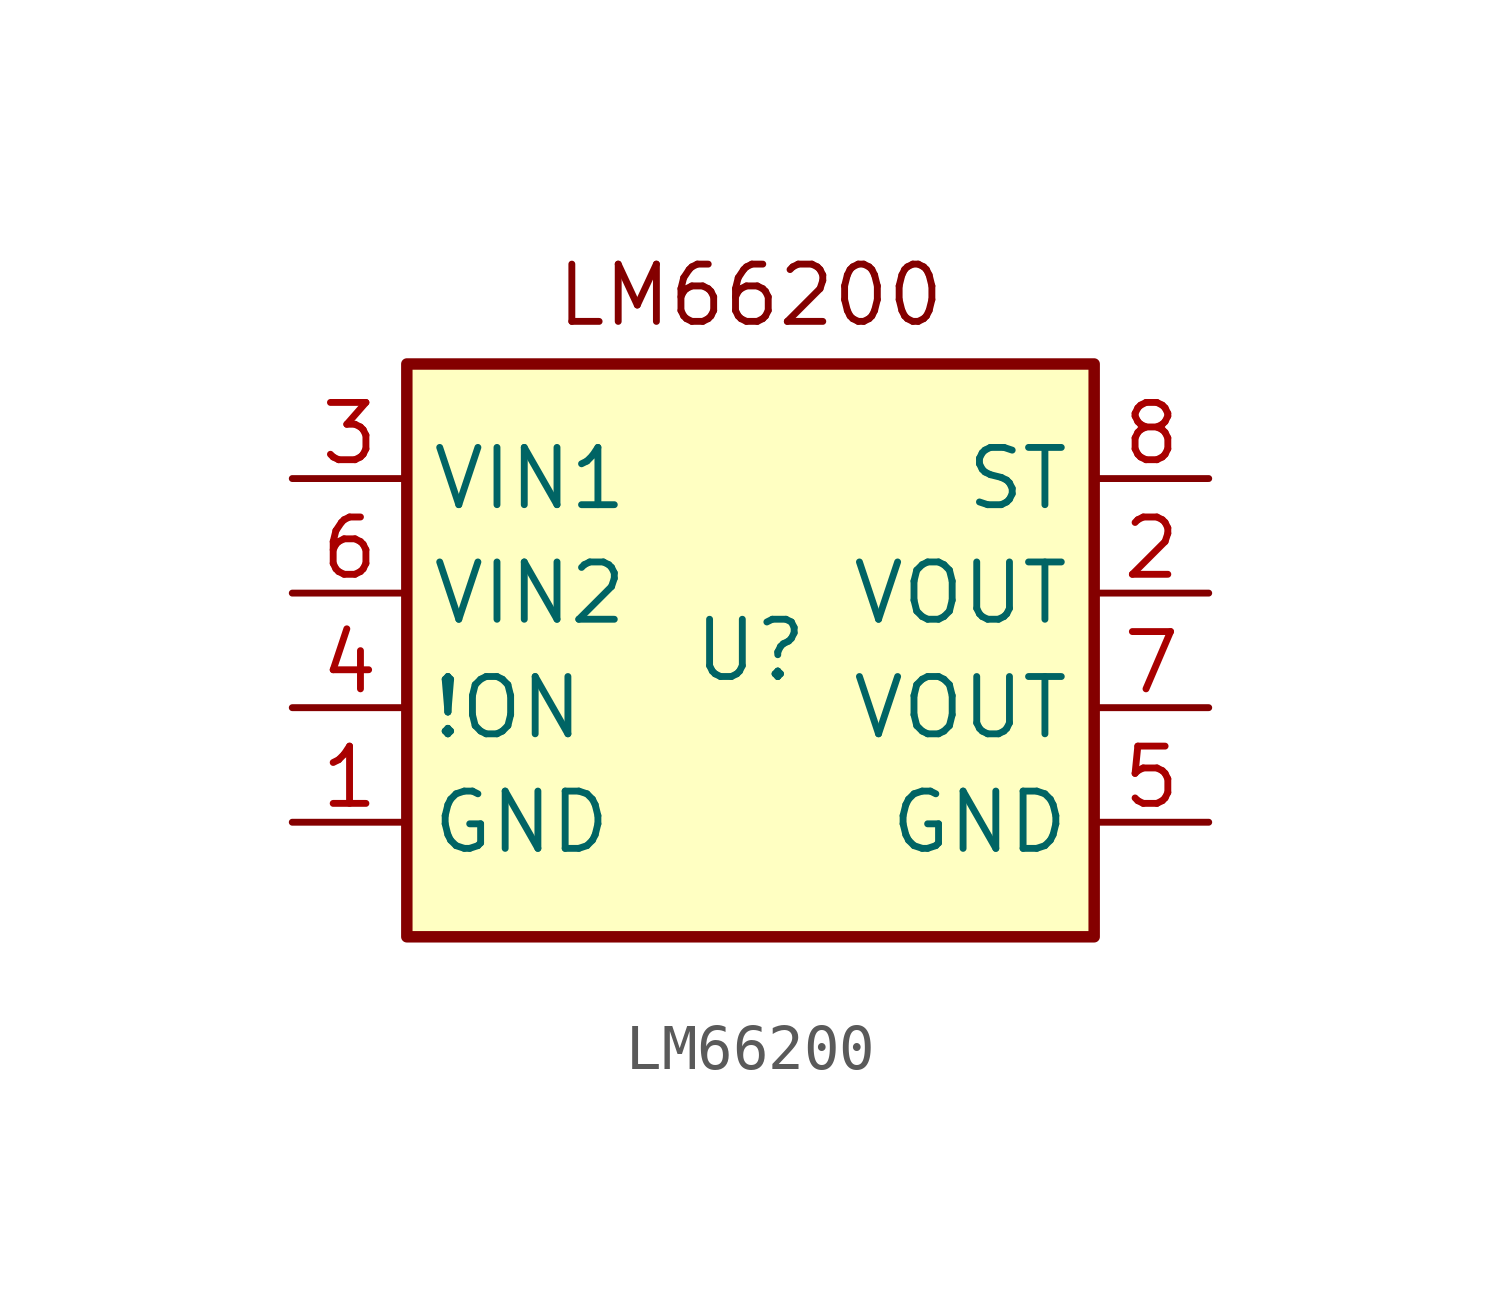
<source format=kicad_sym>
(kicad_symbol_lib
  (version 20241209)
  (generator "kicad_symbol_editor")
  (generator_version "9.0")
  (symbol "LM66200"
    (property "Reference" "U"
      (at 0 0 0)
      (effects (font (size 1.27 1.27))))
    (property "Value" ""
      (at 0 0 0)
      (effects (font (size 1.27 1.27))))
    (symbol "LM66200_1_1"
      (rectangle (start -7.62 6.35) (end 7.62 -6.35) (stroke (width 0.254) (type default)) (fill (type background)))
      (text "LM66200" (at 0 7.874 0) (effects (font (size 1.27 1.27))))
      (pin input line (at -10.16 3.81 0) (length 2.54) (name "VIN1" (effects (font (size 1.27 1.27)))) (number "3" (effects (font (size 1.27 1.27)))))
      (pin input line (at -10.16 1.27 0) (length 2.54) (name "VIN2" (effects (font (size 1.27 1.27)))) (number "6" (effects (font (size 1.27 1.27)))))
      (pin input line (at -10.16 -1.27 0) (length 2.54) (name "!ON" (effects (font (size 1.27 1.27)))) (number "4" (effects (font (size 1.27 1.27)))))
      (pin input line (at -10.16 -3.81 0) (length 2.54) (name "GND" (effects (font (size 1.27 1.27)))) (number "1" (effects (font (size 1.27 1.27)))))
      (pin input line (at 10.16 3.81 180) (length 2.54) (name "ST" (effects (font (size 1.27 1.27)))) (number "8" (effects (font (size 1.27 1.27)))))
      (pin input line (at 10.16 1.27 180) (length 2.54) (name "VOUT" (effects (font (size 1.27 1.27)))) (number "2" (effects (font (size 1.27 1.27)))))
      (pin input line (at 10.16 -1.27 180) (length 2.54) (name "VOUT" (effects (font (size 1.27 1.27)))) (number "7" (effects (font (size 1.27 1.27)))))
      (pin input line (at 10.16 -3.81 180) (length 2.54) (name "GND" (effects (font (size 1.27 1.27)))) (number "5" (effects (font (size 1.27 1.27))))))))
</source>
